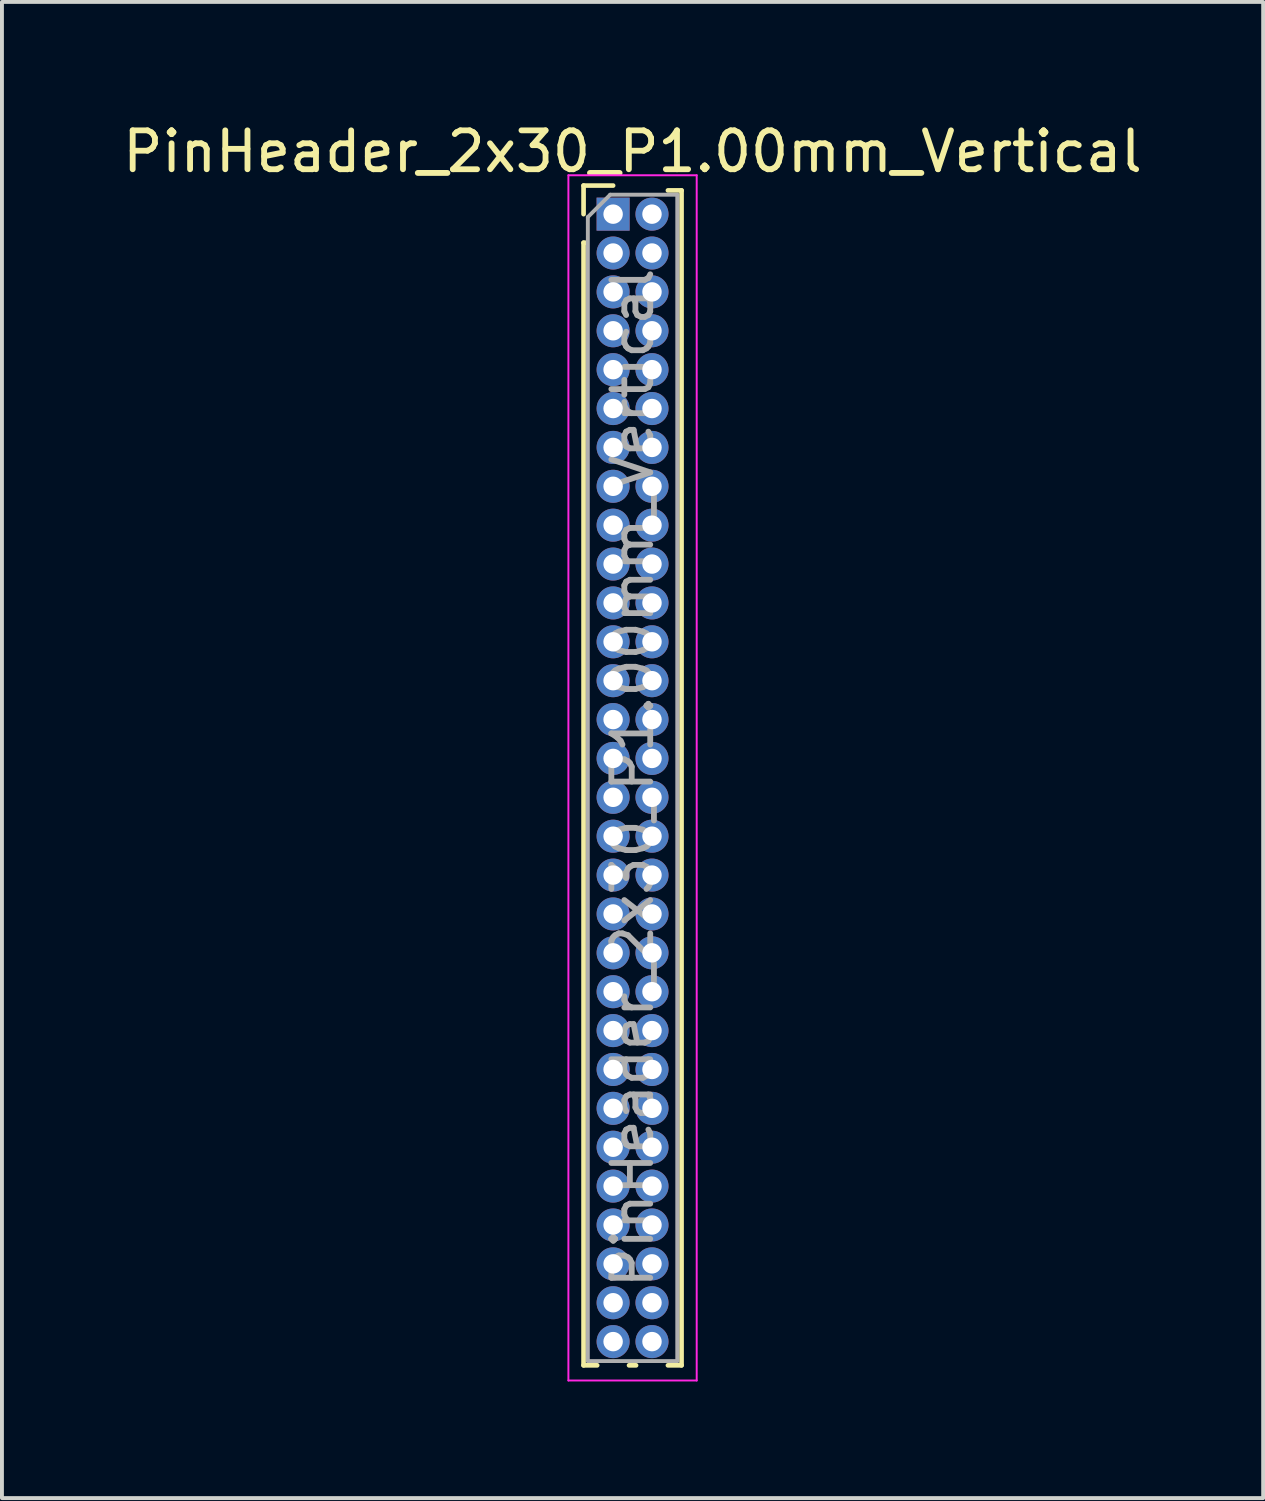
<source format=kicad_pcb>
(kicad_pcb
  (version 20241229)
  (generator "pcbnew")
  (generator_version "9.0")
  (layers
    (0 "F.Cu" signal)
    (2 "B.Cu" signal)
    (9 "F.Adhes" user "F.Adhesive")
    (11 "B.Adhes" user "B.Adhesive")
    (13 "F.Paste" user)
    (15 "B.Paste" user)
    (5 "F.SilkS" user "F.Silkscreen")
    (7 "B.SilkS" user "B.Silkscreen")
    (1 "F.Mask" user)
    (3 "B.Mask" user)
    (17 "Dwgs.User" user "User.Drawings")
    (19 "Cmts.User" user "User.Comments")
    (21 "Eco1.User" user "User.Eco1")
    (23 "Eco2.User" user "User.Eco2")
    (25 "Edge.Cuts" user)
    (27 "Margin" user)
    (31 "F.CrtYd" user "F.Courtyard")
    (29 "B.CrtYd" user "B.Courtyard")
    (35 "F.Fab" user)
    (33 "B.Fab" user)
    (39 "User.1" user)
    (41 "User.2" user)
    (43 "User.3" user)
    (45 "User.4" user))
  (footprint "PinHeader_2x30_P1.00mm_Vertical"
    (layer "F.Cu")
    (at 12.72 2.458)
    (property "Reference" "PinHeader_2x30_P1.00mm_Vertical" (at 0.5 -1.61 0) (layer "F.SilkS") (effects (font (size 1 1) (thickness 0.15))))
    (attr through_hole)
    (fp_line (start -0.76 -0.735) (end 0 -0.735) (stroke (width 0.12) (type solid)) (layer "F.SilkS"))
    (fp_line (start -0.76 0) (end -0.76 -0.735) (stroke (width 0.12) (type solid)) (layer "F.SilkS"))
    (fp_line (start -0.76 0.735) (end -0.76 29.61) (stroke (width 0.12) (type solid)) (layer "F.SilkS"))
    (fp_line (start -0.76 0.735) (end -0.686 0.735) (stroke (width 0.12) (type solid)) (layer "F.SilkS"))
    (fp_line (start -0.76 29.61) (end -0.41 29.61) (stroke (width 0.12) (type solid)) (layer "F.SilkS"))
    (fp_line (start 0.41 29.61) (end 0.59 29.61) (stroke (width 0.12) (type solid)) (layer "F.SilkS"))
    (fp_line (start 1.41 -0.61) (end 1.76 -0.61) (stroke (width 0.12) (type solid)) (layer "F.SilkS"))
    (fp_line (start 1.41 29.61) (end 1.76 29.61) (stroke (width 0.12) (type solid)) (layer "F.SilkS"))
    (fp_line (start 1.76 -0.61) (end 1.76 29.61) (stroke (width 0.12) (type solid)) (layer "F.SilkS"))
    (fp_line (start -1.15 -1) (end -1.15 30) (stroke (width 0.05) (type solid)) (layer "F.CrtYd"))
    (fp_line (start -1.15 30) (end 2.15 30) (stroke (width 0.05) (type solid)) (layer "F.CrtYd"))
    (fp_line (start 2.15 -1) (end -1.15 -1) (stroke (width 0.05) (type solid)) (layer "F.CrtYd"))
    (fp_line (start 2.15 30) (end 2.15 -1) (stroke (width 0.05) (type solid)) (layer "F.CrtYd"))
    (fp_line (start -0.65 0.075) (end -0.075 -0.5) (stroke (width 0.1) (type solid)) (layer "F.Fab"))
    (fp_line (start -0.65 29.5) (end -0.65 0.075) (stroke (width 0.1) (type solid)) (layer "F.Fab"))
    (fp_line (start -0.075 -0.5) (end 1.65 -0.5) (stroke (width 0.1) (type solid)) (layer "F.Fab"))
    (fp_line (start 1.65 -0.5) (end 1.65 29.5) (stroke (width 0.1) (type solid)) (layer "F.Fab"))
    (fp_line (start 1.65 29.5) (end -0.65 29.5) (stroke (width 0.1) (type solid)) (layer "F.Fab"))
    (fp_text user "${REFERENCE}" (at 0.5 14.5 90) (layer "F.Fab") (effects (font (size 1 1) (thickness 0.15))))
    (pad "1" thru_hole rect (at 0 0) (size 0.85 0.85) (drill 0.5) (layers "*.Cu" "*.Mask"))
    (pad "2" thru_hole circle (at 1 0) (size 0.85 0.85) (drill 0.5) (layers "*.Cu" "*.Mask"))
    (pad "3" thru_hole circle (at 0 1) (size 0.85 0.85) (drill 0.5) (layers "*.Cu" "*.Mask"))
    (pad "4" thru_hole circle (at 1 1) (size 0.85 0.85) (drill 0.5) (layers "*.Cu" "*.Mask"))
    (pad "5" thru_hole circle (at 0 2) (size 0.85 0.85) (drill 0.5) (layers "*.Cu" "*.Mask"))
    (pad "6" thru_hole circle (at 1 2) (size 0.85 0.85) (drill 0.5) (layers "*.Cu" "*.Mask"))
    (pad "7" thru_hole circle (at 0 3) (size 0.85 0.85) (drill 0.5) (layers "*.Cu" "*.Mask"))
    (pad "8" thru_hole circle (at 1 3) (size 0.85 0.85) (drill 0.5) (layers "*.Cu" "*.Mask"))
    (pad "9" thru_hole circle (at 0 4) (size 0.85 0.85) (drill 0.5) (layers "*.Cu" "*.Mask"))
    (pad "10" thru_hole circle (at 1 4) (size 0.85 0.85) (drill 0.5) (layers "*.Cu" "*.Mask"))
    (pad "11" thru_hole circle (at 0 5) (size 0.85 0.85) (drill 0.5) (layers "*.Cu" "*.Mask"))
    (pad "12" thru_hole circle (at 1 5) (size 0.85 0.85) (drill 0.5) (layers "*.Cu" "*.Mask"))
    (pad "13" thru_hole circle (at 0 6) (size 0.85 0.85) (drill 0.5) (layers "*.Cu" "*.Mask"))
    (pad "14" thru_hole circle (at 1 6) (size 0.85 0.85) (drill 0.5) (layers "*.Cu" "*.Mask"))
    (pad "15" thru_hole circle (at 0 7) (size 0.85 0.85) (drill 0.5) (layers "*.Cu" "*.Mask"))
    (pad "16" thru_hole circle (at 1 7) (size 0.85 0.85) (drill 0.5) (layers "*.Cu" "*.Mask"))
    (pad "17" thru_hole circle (at 0 8) (size 0.85 0.85) (drill 0.5) (layers "*.Cu" "*.Mask"))
    (pad "18" thru_hole circle (at 1 8) (size 0.85 0.85) (drill 0.5) (layers "*.Cu" "*.Mask"))
    (pad "19" thru_hole circle (at 0 9) (size 0.85 0.85) (drill 0.5) (layers "*.Cu" "*.Mask"))
    (pad "20" thru_hole circle (at 1 9) (size 0.85 0.85) (drill 0.5) (layers "*.Cu" "*.Mask"))
    (pad "21" thru_hole circle (at 0 10) (size 0.85 0.85) (drill 0.5) (layers "*.Cu" "*.Mask"))
    (pad "22" thru_hole circle (at 1 10) (size 0.85 0.85) (drill 0.5) (layers "*.Cu" "*.Mask"))
    (pad "23" thru_hole circle (at 0 11) (size 0.85 0.85) (drill 0.5) (layers "*.Cu" "*.Mask"))
    (pad "24" thru_hole circle (at 1 11) (size 0.85 0.85) (drill 0.5) (layers "*.Cu" "*.Mask"))
    (pad "25" thru_hole circle (at 0 12) (size 0.85 0.85) (drill 0.5) (layers "*.Cu" "*.Mask"))
    (pad "26" thru_hole circle (at 1 12) (size 0.85 0.85) (drill 0.5) (layers "*.Cu" "*.Mask"))
    (pad "27" thru_hole circle (at 0 13) (size 0.85 0.85) (drill 0.5) (layers "*.Cu" "*.Mask"))
    (pad "28" thru_hole circle (at 1 13) (size 0.85 0.85) (drill 0.5) (layers "*.Cu" "*.Mask"))
    (pad "29" thru_hole circle (at 0 14) (size 0.85 0.85) (drill 0.5) (layers "*.Cu" "*.Mask"))
    (pad "30" thru_hole circle (at 1 14) (size 0.85 0.85) (drill 0.5) (layers "*.Cu" "*.Mask"))
    (pad "31" thru_hole circle (at 0 15) (size 0.85 0.85) (drill 0.5) (layers "*.Cu" "*.Mask"))
    (pad "32" thru_hole circle (at 1 15) (size 0.85 0.85) (drill 0.5) (layers "*.Cu" "*.Mask"))
    (pad "33" thru_hole circle (at 0 16) (size 0.85 0.85) (drill 0.5) (layers "*.Cu" "*.Mask"))
    (pad "34" thru_hole circle (at 1 16) (size 0.85 0.85) (drill 0.5) (layers "*.Cu" "*.Mask"))
    (pad "35" thru_hole circle (at 0 17) (size 0.85 0.85) (drill 0.5) (layers "*.Cu" "*.Mask"))
    (pad "36" thru_hole circle (at 1 17) (size 0.85 0.85) (drill 0.5) (layers "*.Cu" "*.Mask"))
    (pad "37" thru_hole circle (at 0 18) (size 0.85 0.85) (drill 0.5) (layers "*.Cu" "*.Mask"))
    (pad "38" thru_hole circle (at 1 18) (size 0.85 0.85) (drill 0.5) (layers "*.Cu" "*.Mask"))
    (pad "39" thru_hole circle (at 0 19) (size 0.85 0.85) (drill 0.5) (layers "*.Cu" "*.Mask"))
    (pad "40" thru_hole circle (at 1 19) (size 0.85 0.85) (drill 0.5) (layers "*.Cu" "*.Mask"))
    (pad "41" thru_hole circle (at 0 20) (size 0.85 0.85) (drill 0.5) (layers "*.Cu" "*.Mask"))
    (pad "42" thru_hole circle (at 1 20) (size 0.85 0.85) (drill 0.5) (layers "*.Cu" "*.Mask"))
    (pad "43" thru_hole circle (at 0 21) (size 0.85 0.85) (drill 0.5) (layers "*.Cu" "*.Mask"))
    (pad "44" thru_hole circle (at 1 21) (size 0.85 0.85) (drill 0.5) (layers "*.Cu" "*.Mask"))
    (pad "45" thru_hole circle (at 0 22) (size 0.85 0.85) (drill 0.5) (layers "*.Cu" "*.Mask"))
    (pad "46" thru_hole circle (at 1 22) (size 0.85 0.85) (drill 0.5) (layers "*.Cu" "*.Mask"))
    (pad "47" thru_hole circle (at 0 23) (size 0.85 0.85) (drill 0.5) (layers "*.Cu" "*.Mask"))
    (pad "48" thru_hole circle (at 1 23) (size 0.85 0.85) (drill 0.5) (layers "*.Cu" "*.Mask"))
    (pad "49" thru_hole circle (at 0 24) (size 0.85 0.85) (drill 0.5) (layers "*.Cu" "*.Mask"))
    (pad "50" thru_hole circle (at 1 24) (size 0.85 0.85) (drill 0.5) (layers "*.Cu" "*.Mask"))
    (pad "51" thru_hole circle (at 0 25) (size 0.85 0.85) (drill 0.5) (layers "*.Cu" "*.Mask"))
    (pad "52" thru_hole circle (at 1 25) (size 0.85 0.85) (drill 0.5) (layers "*.Cu" "*.Mask"))
    (pad "53" thru_hole circle (at 0 26) (size 0.85 0.85) (drill 0.5) (layers "*.Cu" "*.Mask"))
    (pad "54" thru_hole circle (at 1 26) (size 0.85 0.85) (drill 0.5) (layers "*.Cu" "*.Mask"))
    (pad "55" thru_hole circle (at 0 27) (size 0.85 0.85) (drill 0.5) (layers "*.Cu" "*.Mask"))
    (pad "56" thru_hole circle (at 1 27) (size 0.85 0.85) (drill 0.5) (layers "*.Cu" "*.Mask"))
    (pad "57" thru_hole circle (at 0 28) (size 0.85 0.85) (drill 0.5) (layers "*.Cu" "*.Mask"))
    (pad "58" thru_hole circle (at 1 28) (size 0.85 0.85) (drill 0.5) (layers "*.Cu" "*.Mask"))
    (pad "59" thru_hole circle (at 0 29) (size 0.85 0.85) (drill 0.5) (layers "*.Cu" "*.Mask"))
    (pad "60" thru_hole circle (at 1 29) (size 0.85 0.85) (drill 0.5) (layers "*.Cu" "*.Mask")))
  (gr_rect
    (start -3 -3)
    (end 29.44 35.483)
    (stroke (width 0.1) (type default))
    (fill no)
    (layer "Edge.Cuts")))
</source>
